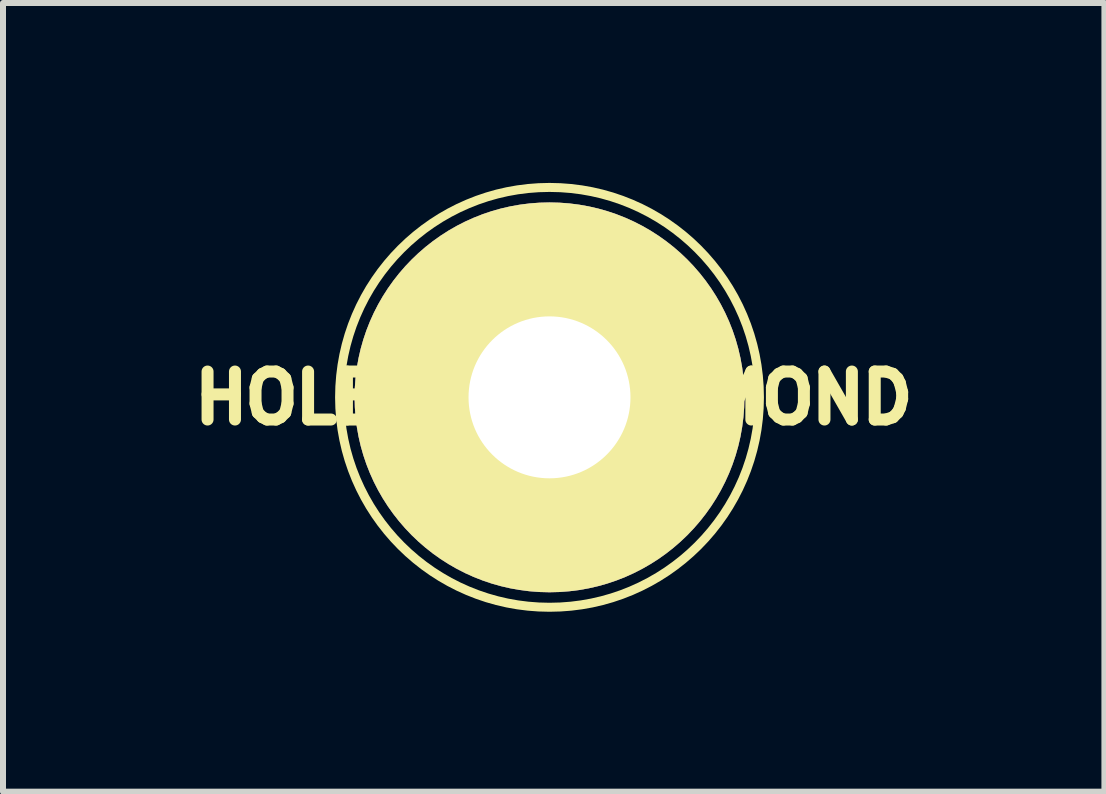
<source format=kicad_pcb>
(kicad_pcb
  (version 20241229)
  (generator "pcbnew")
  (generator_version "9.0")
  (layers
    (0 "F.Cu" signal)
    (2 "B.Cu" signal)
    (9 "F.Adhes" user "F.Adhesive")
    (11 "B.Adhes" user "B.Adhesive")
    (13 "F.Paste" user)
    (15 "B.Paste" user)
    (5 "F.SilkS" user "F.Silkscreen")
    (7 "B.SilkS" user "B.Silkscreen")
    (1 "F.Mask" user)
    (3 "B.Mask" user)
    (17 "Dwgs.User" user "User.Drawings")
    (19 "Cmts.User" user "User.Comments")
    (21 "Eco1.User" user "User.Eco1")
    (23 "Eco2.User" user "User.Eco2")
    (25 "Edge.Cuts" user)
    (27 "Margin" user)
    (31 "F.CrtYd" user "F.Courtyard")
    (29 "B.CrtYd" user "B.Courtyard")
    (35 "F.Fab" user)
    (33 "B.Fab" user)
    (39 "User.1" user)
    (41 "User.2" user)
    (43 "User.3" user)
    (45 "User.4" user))
  (footprint "HOLE_FIX_HAMMOND"
    (layer "F.Cu")
    (at 6.112 3.575)
    (property "Reference" "HOLE_FIX_HAMMOND" (at 0.07 0.01 0) (layer "F.SilkS") (effects (font (size 0.8 0.8) (thickness 0.2))))
    (attr through_hole)
    (fp_circle (center 0 0) (end 3.5 0) (stroke (width 0.15) (type solid)) (fill no) (layer "F.SilkS"))
    (pad "1" thru_hole circle (at 0 0) (size 6.5 6.5) (drill 2.7) (layers "*.Cu" "*.Mask" "F.SilkS")))
  (gr_rect
    (start -3 -3)
    (end 15.364 10.15)
    (stroke (width 0.1) (type default))
    (fill no)
    (layer "Edge.Cuts")))
</source>
